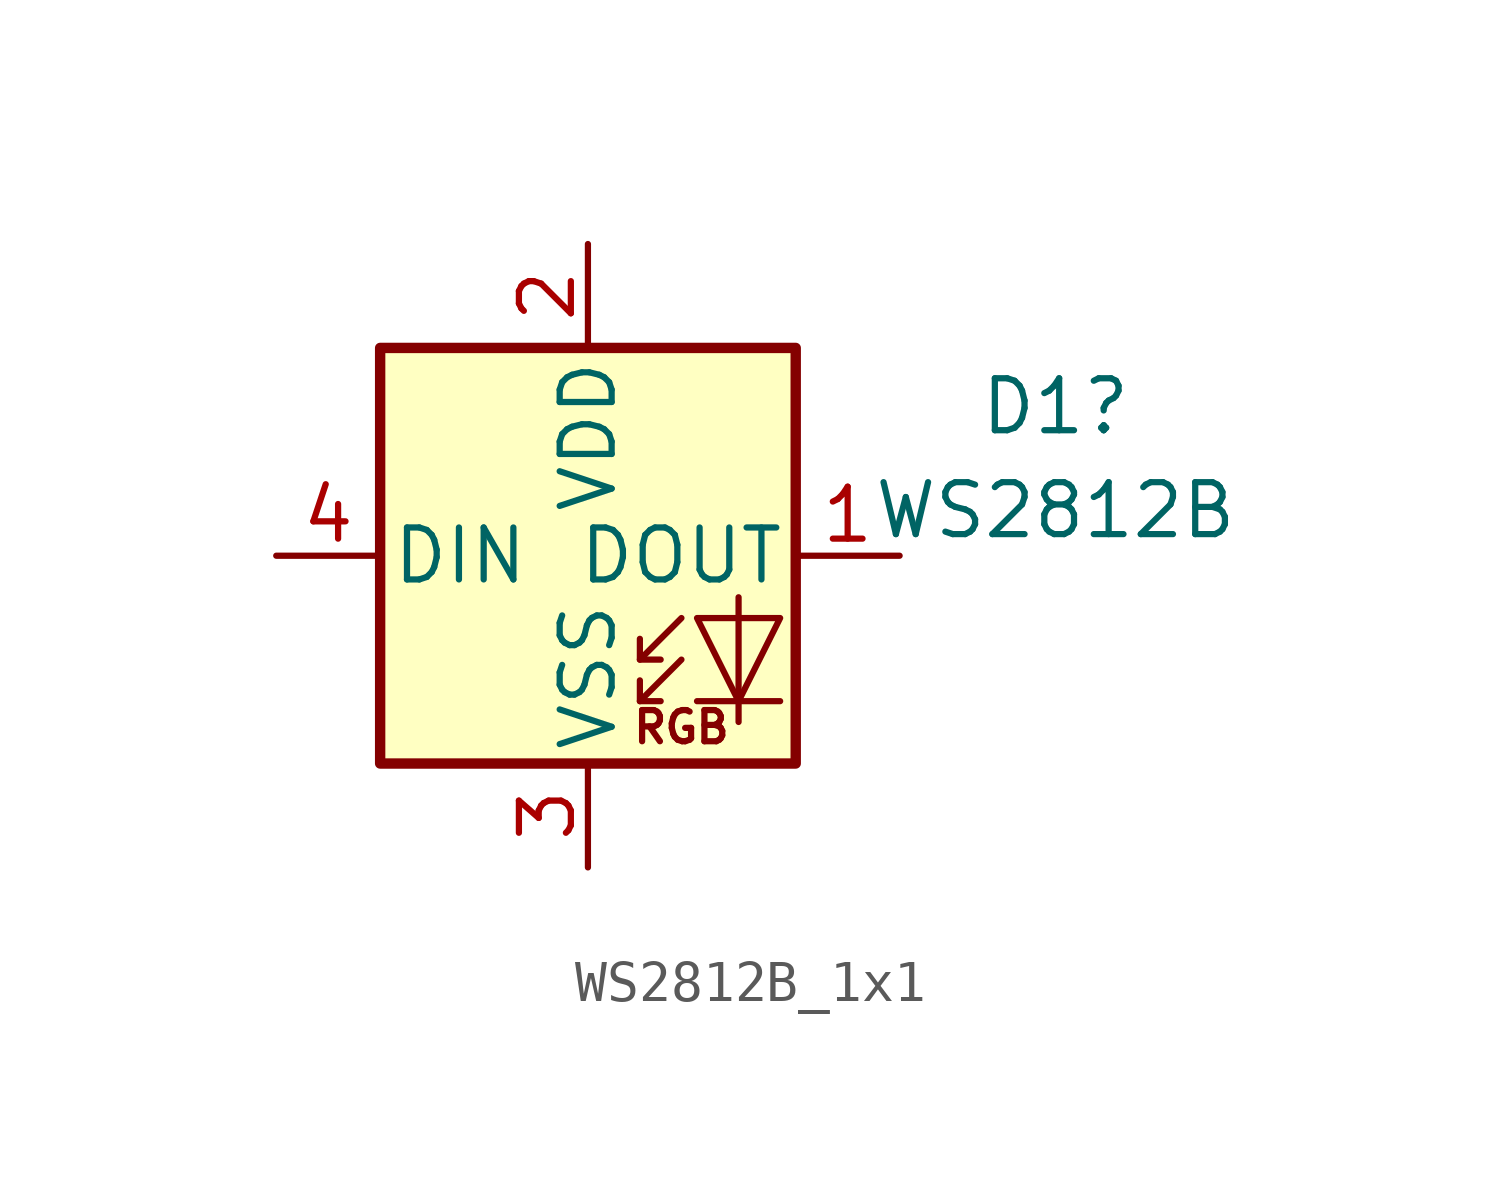
<source format=kicad_sym>
(kicad_symbol_lib
  (version 20231120)
  (generator "kicad_symbol_editor")
  (generator_version "8.0")
  (symbol "WS2812B_1x1"
    (pin_names
      (offset 0.254))
    (property "Reference" "D1"
      (at 11.43 3.648 0)
      (effects (font (size 1.27 1.27))))
    (property "Value" "WS2812B"
      (at 11.43 1.108 0)
      (effects (font (size 1.27 1.27))))
    (symbol "WS2812B_1x1_0_0"
      (text "RGB" (at 2.286 -4.191 0) (effects (font (size 0.762 0.762)))))
    (symbol "WS2812B_1x1_0_1"
      (polyline (pts (xy 1.27 -3.556) (xy 1.778 -3.556)) (stroke (width 0) (type default)) (fill (type none)))
      (polyline (pts (xy 1.27 -2.54) (xy 1.778 -2.54)) (stroke (width 0) (type default)) (fill (type none)))
      (polyline (pts (xy 4.699 -3.556) (xy 2.667 -3.556)) (stroke (width 0) (type default)) (fill (type none)))
      (polyline (pts (xy 2.286 -2.54) (xy 1.27 -3.556) (xy 1.27 -3.048)) (stroke (width 0) (type default)) (fill (type none)))
      (polyline (pts (xy 2.286 -1.524) (xy 1.27 -2.54) (xy 1.27 -2.032)) (stroke (width 0) (type default)) (fill (type none)))
      (polyline (pts (xy 3.683 -1.016) (xy 3.683 -3.556) (xy 3.683 -4.064)) (stroke (width 0) (type default)) (fill (type none)))
      (polyline (pts (xy 4.699 -1.524) (xy 2.667 -1.524) (xy 3.683 -3.556) (xy 4.699 -1.524)) (stroke (width 0) (type default)) (fill (type none)))
      (rectangle (start 5.08 5.08) (end -5.08 -5.08) (stroke (width 0.254) (type default)) (fill (type background))))
    (symbol "WS2812B_1x1_1_1"
      (pin output line (at 7.62 0 180) (length 2.54) (name "DOUT" (effects (font (size 1.27 1.27)))) (number "1" (effects (font (size 1.27 1.27)))))
      (pin power_in line (at 0 7.62 270) (length 2.54) (name "VDD" (effects (font (size 1.27 1.27)))) (number "2" (effects (font (size 1.27 1.27)))))
      (pin power_in line (at 0 -7.62 90) (length 2.54) (name "VSS" (effects (font (size 1.27 1.27)))) (number "3" (effects (font (size 1.27 1.27)))))
      (pin input line (at -7.62 0 0) (length 2.54) (name "DIN" (effects (font (size 1.27 1.27)))) (number "4" (effects (font (size 1.27 1.27))))))))
</source>
